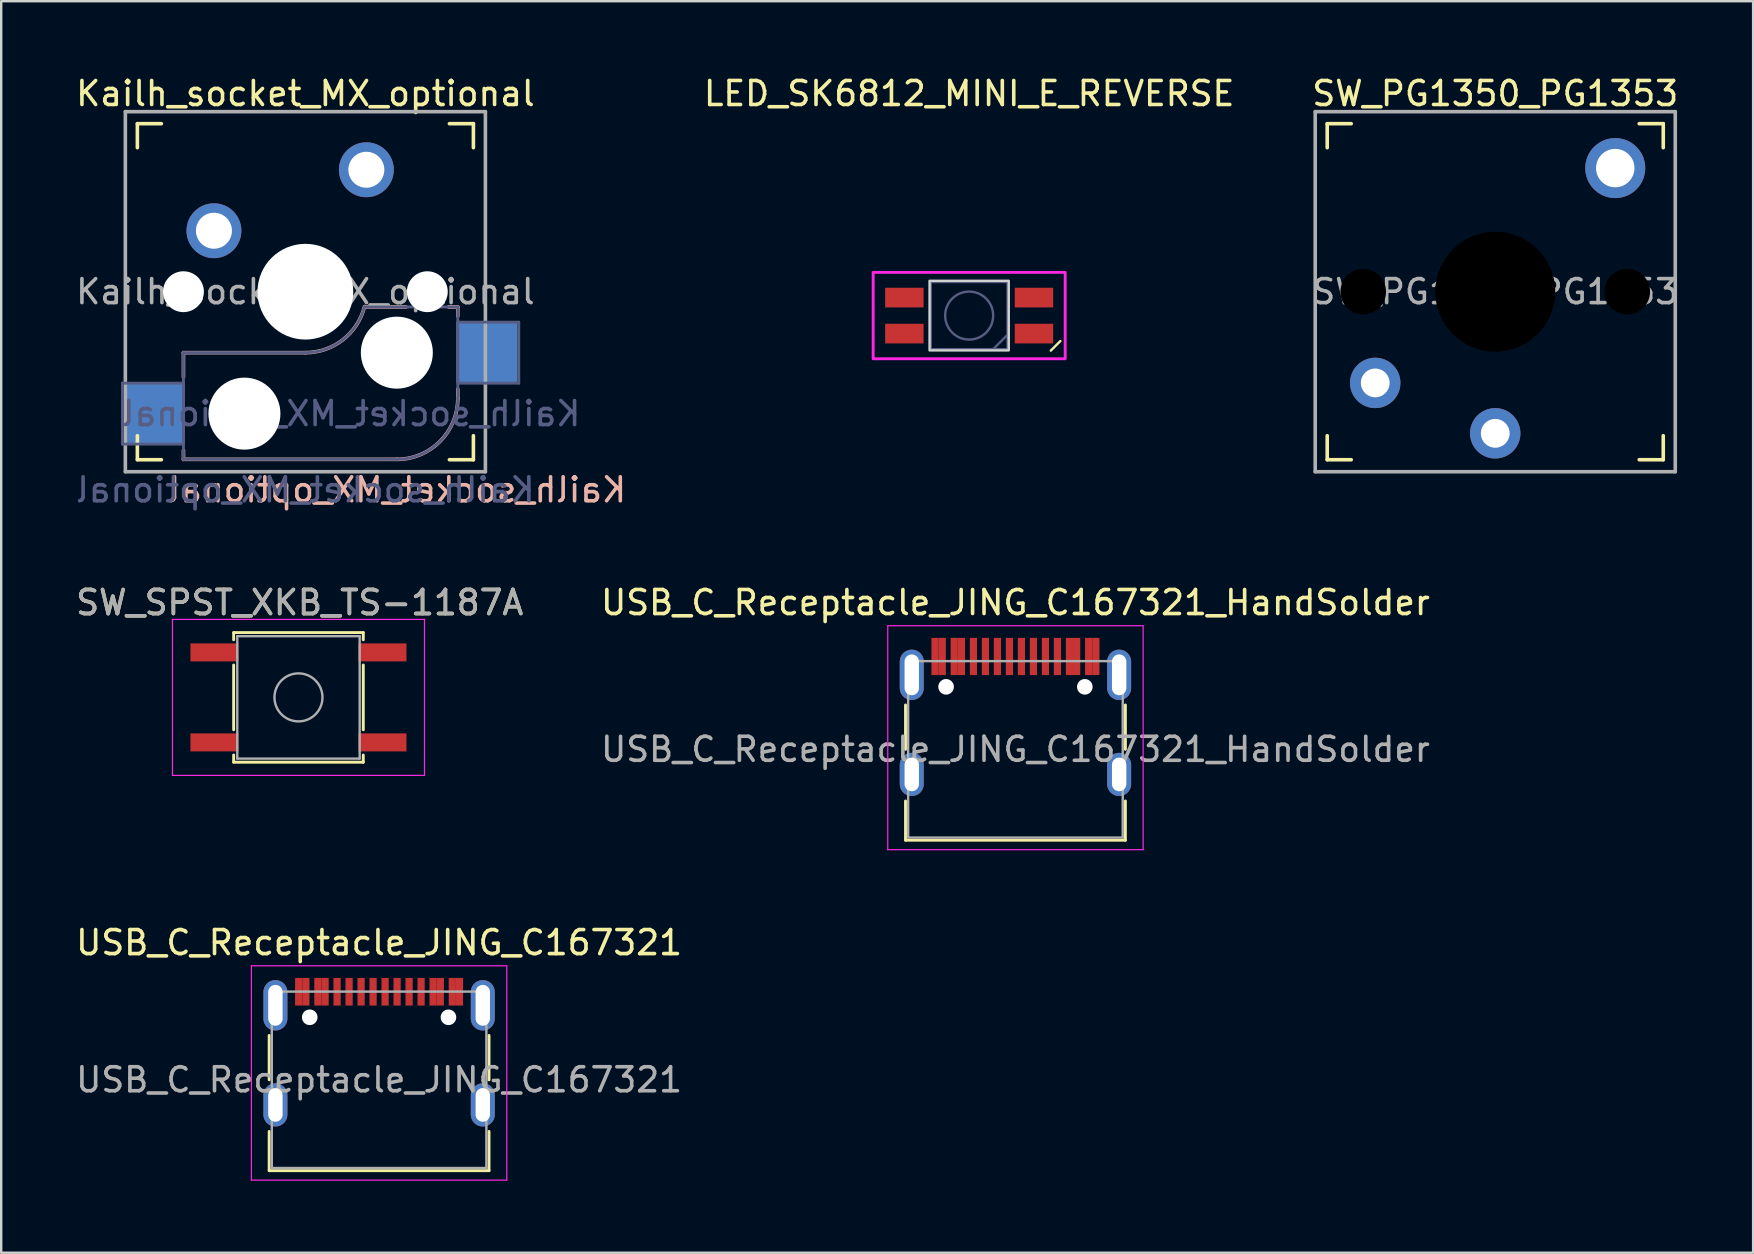
<source format=kicad_pcb>
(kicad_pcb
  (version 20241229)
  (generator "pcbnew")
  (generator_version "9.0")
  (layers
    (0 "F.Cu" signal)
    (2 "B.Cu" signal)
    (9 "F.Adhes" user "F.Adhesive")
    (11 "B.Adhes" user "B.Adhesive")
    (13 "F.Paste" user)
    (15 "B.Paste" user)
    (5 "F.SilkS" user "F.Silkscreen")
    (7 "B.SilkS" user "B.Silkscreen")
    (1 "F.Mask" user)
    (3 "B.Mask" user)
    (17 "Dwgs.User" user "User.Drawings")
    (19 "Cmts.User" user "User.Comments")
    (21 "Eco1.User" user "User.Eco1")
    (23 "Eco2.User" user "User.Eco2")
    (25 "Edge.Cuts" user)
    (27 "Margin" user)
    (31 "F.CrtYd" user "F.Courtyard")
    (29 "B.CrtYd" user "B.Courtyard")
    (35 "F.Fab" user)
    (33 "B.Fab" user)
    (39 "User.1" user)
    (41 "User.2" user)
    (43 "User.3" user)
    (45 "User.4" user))
  (footprint "USB_C_Receptacle_JING_C167321"
    (layer "F.Cu")
    (at 12.744 41.938)
    (property "Reference" "USB_C_Receptacle_JING_C167321" (at 0 -5.715 0) (layer "F.SilkS") (effects (font (size 1 1) (thickness 0.15))))
    (attr smd)
    (fp_line (start -4.58 -1.85) (end -4.58 0) (stroke (width 0.12) (type solid)) (layer "F.SilkS"))
    (fp_line (start -4.58 3.785) (end -4.58 2.15) (stroke (width 0.12) (type solid)) (layer "F.SilkS"))
    (fp_line (start 4.58 0) (end 4.58 -1.85) (stroke (width 0.12) (type solid)) (layer "F.SilkS"))
    (fp_line (start 4.58 2.15) (end 4.58 3.785) (stroke (width 0.12) (type solid)) (layer "F.SilkS"))
    (fp_line (start 4.58 3.785) (end -4.58 3.785) (stroke (width 0.12) (type solid)) (layer "F.SilkS"))
    (fp_line (start -5.32 -4.75) (end 5.32 -4.75) (stroke (width 0.05) (type solid)) (layer "F.CrtYd"))
    (fp_line (start -5.32 4.18) (end -5.32 -4.75) (stroke (width 0.05) (type solid)) (layer "F.CrtYd"))
    (fp_line (start 5.32 -4.75) (end 5.32 4.18) (stroke (width 0.05) (type solid)) (layer "F.CrtYd"))
    (fp_line (start 5.32 4.18) (end -5.32 4.18) (stroke (width 0.05) (type solid)) (layer "F.CrtYd"))
    (fp_line (start -4.47 -3.675) (end -4.47 3.675) (stroke (width 0.1) (type solid)) (layer "F.Fab"))
    (fp_line (start -4.47 -3.675) (end 4.47 -3.675) (stroke (width 0.1) (type solid)) (layer "F.Fab"))
    (fp_line (start -4.47 3.675) (end 4.47 3.675) (stroke (width 0.1) (type solid)) (layer "F.Fab"))
    (fp_line (start 4.47 3.675) (end 4.47 -3.675) (stroke (width 0.1) (type solid)) (layer "F.Fab"))
    (fp_text user "${REFERENCE}" (at 0 0 0) (layer "F.Fab") (effects (font (size 1 1) (thickness 0.15))))
    (pad "" np_thru_hole circle (at -2.89 -2.605) (size 0.65 0.65) (drill 0.65) (layers "*.Cu" "*.Mask"))
    (pad "" np_thru_hole circle (at 2.89 -2.605) (size 0.65 0.65) (drill 0.65) (layers "*.Cu" "*.Mask"))
    (pad "A1" smd rect (at -3.35 -3.67) (size 0.3 1.15) (layers "F.Cu" "F.Mask" "F.Paste"))
    (pad "A4" smd rect (at -2.55 -3.67) (size 0.3 1.15) (layers "F.Cu" "F.Mask" "F.Paste"))
    (pad "A5" smd rect (at -1.25 -3.67) (size 0.3 1.15) (layers "F.Cu" "F.Mask" "F.Paste"))
    (pad "A6" smd rect (at -0.25 -3.67) (size 0.3 1.15) (layers "F.Cu" "F.Mask" "F.Paste"))
    (pad "A7" smd rect (at 0.25 -3.67) (size 0.3 1.15) (layers "F.Cu" "F.Mask" "F.Paste"))
    (pad "A8" smd rect (at 1.25 -3.67) (size 0.3 1.15) (layers "F.Cu" "F.Mask" "F.Paste"))
    (pad "A9" smd rect (at 2.55 -3.67) (size 0.3 1.15) (layers "F.Cu" "F.Mask" "F.Paste"))
    (pad "A12" smd rect (at 3.35 -3.67) (size 0.3 1.15) (layers "F.Cu" "F.Mask" "F.Paste"))
    (pad "B1" smd rect (at 3.05 -3.67) (size 0.3 1.15) (layers "F.Cu" "F.Mask" "F.Paste"))
    (pad "B4" smd rect (at 2.25 -3.67) (size 0.3 1.15) (layers "F.Cu" "F.Mask" "F.Paste"))
    (pad "B5" smd rect (at 1.75 -3.67) (size 0.3 1.15) (layers "F.Cu" "F.Mask" "F.Paste"))
    (pad "B6" smd rect (at 0.75 -3.67) (size 0.3 1.15) (layers "F.Cu" "F.Mask" "F.Paste"))
    (pad "B7" smd rect (at -0.75 -3.67) (size 0.3 1.15) (layers "F.Cu" "F.Mask" "F.Paste"))
    (pad "B8" smd rect (at -1.75 -3.67) (size 0.3 1.15) (layers "F.Cu" "F.Mask" "F.Paste"))
    (pad "B9" smd rect (at -2.25 -3.67) (size 0.3 1.15) (layers "F.Cu" "F.Mask" "F.Paste"))
    (pad "B12" smd rect (at -3.05 -3.67) (size 0.3 1.15) (layers "F.Cu" "F.Mask" "F.Paste"))
    (pad "S1" thru_hole oval (at -4.32 -3.105) (size 1 2.1) (drill oval 0.6 1.7) (layers "*.Cu" "*.Mask"))
    (pad "S1" thru_hole oval (at -4.32 1.045) (size 1 1.8) (drill oval 0.6 1.4) (layers "*.Cu" "*.Mask"))
    (pad "S1" thru_hole oval (at 4.32 -3.105) (size 1 2.1) (drill oval 0.6 1.7) (layers "*.Cu" "*.Mask"))
    (pad "S1" thru_hole oval (at 4.32 1.045) (size 1 1.8) (drill oval 0.6 1.4) (layers "*.Cu" "*.Mask")))
  (footprint "SW_SPST_XKB_TS-1187A"
    (layer "F.Cu")
    (at 9.385 26.005)
    (property "Reference" "SW_SPST_XKB_TS-1187A" (at 0.05 -3.95 0) (layer "F.SilkS") (effects (font (size 1 1) (thickness 0.15))))
    (attr smd)
    (fp_line (start -2.7 -2.7) (end -2.7 -2.4) (stroke (width 0.12) (type solid)) (layer "F.SilkS"))
    (fp_line (start -2.7 -1.35) (end -2.7 1.35) (stroke (width 0.12) (type solid)) (layer "F.SilkS"))
    (fp_line (start -2.7 2.7) (end -2.7 2.4) (stroke (width 0.12) (type solid)) (layer "F.SilkS"))
    (fp_line (start -2.7 2.7) (end 2.7 2.7) (stroke (width 0.12) (type solid)) (layer "F.SilkS"))
    (fp_line (start 2.7 -2.7) (end -2.7 -2.7) (stroke (width 0.12) (type solid)) (layer "F.SilkS"))
    (fp_line (start 2.7 -2.7) (end 2.7 -2.4) (stroke (width 0.12) (type solid)) (layer "F.SilkS"))
    (fp_line (start 2.7 -1.35) (end 2.7 1.35) (stroke (width 0.12) (type solid)) (layer "F.SilkS"))
    (fp_line (start 2.7 2.4) (end 2.7 2.7) (stroke (width 0.12) (type solid)) (layer "F.SilkS"))
    (fp_line (start -5.25 -3.25) (end 5.25 -3.25) (stroke (width 0.05) (type solid)) (layer "F.CrtYd"))
    (fp_line (start -5.25 3.25) (end -5.25 -3.25) (stroke (width 0.05) (type solid)) (layer "F.CrtYd"))
    (fp_line (start 5.25 -3.25) (end 5.25 3.25) (stroke (width 0.05) (type solid)) (layer "F.CrtYd"))
    (fp_line (start 5.25 3.25) (end -5.25 3.25) (stroke (width 0.05) (type solid)) (layer "F.CrtYd"))
    (fp_line (start -2.55 -2.55) (end 2.55 -2.55) (stroke (width 0.1) (type solid)) (layer "F.Fab"))
    (fp_line (start -2.55 2.55) (end -2.55 -2.55) (stroke (width 0.1) (type solid)) (layer "F.Fab"))
    (fp_line (start 2.55 -2.55) (end 2.55 2.55) (stroke (width 0.1) (type solid)) (layer "F.Fab"))
    (fp_line (start 2.55 2.55) (end -2.55 2.55) (stroke (width 0.1) (type solid)) (layer "F.Fab"))
    (fp_circle (center 0 0) (end 1 0) (stroke (width 0.1) (type solid)) (fill no) (layer "F.Fab"))
    (fp_text user "${REFERENCE}" (at 0.05 -3.95 0) (layer "F.Fab") (effects (font (size 1 1) (thickness 0.15))))
    (pad "1" smd rect (at -3.5 -1.875) (size 2 0.75) (layers "F.Cu" "F.Mask" "F.Paste"))
    (pad "1" smd rect (at 3.5 -1.875) (size 2 0.75) (layers "F.Cu" "F.Mask" "F.Paste"))
    (pad "2" smd rect (at -3.5 1.875) (size 2 0.75) (layers "F.Cu" "F.Mask" "F.Paste"))
    (pad "2" smd rect (at 3.5 1.875) (size 2 0.75) (layers "F.Cu" "F.Mask" "F.Paste")))
  (footprint "USB_C_Receptacle_JING_C167321_HandSolder"
    (layer "F.Cu")
    (at 39.256 28.17)
    (property "Reference" "USB_C_Receptacle_JING_C167321_HandSolder" (at 0 -6.115 0) (layer "F.SilkS") (effects (font (size 1 1) (thickness 0.15))))
    (attr smd)
    (fp_line (start -4.58 -1.85) (end -4.58 0) (stroke (width 0.12) (type solid)) (layer "F.SilkS"))
    (fp_line (start -4.58 3.785) (end -4.58 2.15) (stroke (width 0.12) (type solid)) (layer "F.SilkS"))
    (fp_line (start 4.58 0) (end 4.58 -1.85) (stroke (width 0.12) (type solid)) (layer "F.SilkS"))
    (fp_line (start 4.58 2.15) (end 4.58 3.785) (stroke (width 0.12) (type solid)) (layer "F.SilkS"))
    (fp_line (start 4.58 3.785) (end -4.58 3.785) (stroke (width 0.12) (type solid)) (layer "F.SilkS"))
    (fp_line (start -5.32 -5.15) (end 5.32 -5.15) (stroke (width 0.05) (type solid)) (layer "F.CrtYd"))
    (fp_line (start -5.32 4.18) (end -5.32 -5.15) (stroke (width 0.05) (type solid)) (layer "F.CrtYd"))
    (fp_line (start 5.32 -5.15) (end 5.32 4.18) (stroke (width 0.05) (type solid)) (layer "F.CrtYd"))
    (fp_line (start 5.32 4.18) (end -5.32 4.18) (stroke (width 0.05) (type solid)) (layer "F.CrtYd"))
    (fp_line (start -4.47 -3.675) (end -4.47 3.675) (stroke (width 0.1) (type solid)) (layer "F.Fab"))
    (fp_line (start -4.47 -3.675) (end 4.47 -3.675) (stroke (width 0.1) (type solid)) (layer "F.Fab"))
    (fp_line (start -4.47 3.675) (end 4.47 3.675) (stroke (width 0.1) (type solid)) (layer "F.Fab"))
    (fp_line (start 4.47 3.675) (end 4.47 -3.675) (stroke (width 0.1) (type solid)) (layer "F.Fab"))
    (fp_text user "${REFERENCE}" (at 0 0 0) (layer "F.Fab") (effects (font (size 1 1) (thickness 0.15))))
    (pad "" np_thru_hole circle (at -2.89 -2.605) (size 0.65 0.65) (drill 0.65) (layers "*.Cu" "*.Mask"))
    (pad "" np_thru_hole circle (at 2.89 -2.605) (size 0.65 0.65) (drill 0.65) (layers "*.Cu" "*.Mask"))
    (pad "A1" smd rect (at -3.35 -3.87) (size 0.3 1.55) (layers "F.Cu" "F.Mask" "F.Paste"))
    (pad "A4" smd rect (at -2.55 -3.87) (size 0.3 1.55) (layers "F.Cu" "F.Mask" "F.Paste"))
    (pad "A5" smd rect (at -1.25 -3.87) (size 0.3 1.55) (layers "F.Cu" "F.Mask" "F.Paste"))
    (pad "A6" smd rect (at -0.25 -3.87) (size 0.3 1.55) (layers "F.Cu" "F.Mask" "F.Paste"))
    (pad "A7" smd rect (at 0.25 -3.87) (size 0.3 1.55) (layers "F.Cu" "F.Mask" "F.Paste"))
    (pad "A8" smd rect (at 1.25 -3.87) (size 0.3 1.55) (layers "F.Cu" "F.Mask" "F.Paste"))
    (pad "A9" smd rect (at 2.55 -3.87) (size 0.3 1.55) (layers "F.Cu" "F.Mask" "F.Paste"))
    (pad "A12" smd rect (at 3.35 -3.87) (size 0.3 1.55) (layers "F.Cu" "F.Mask" "F.Paste"))
    (pad "B1" smd rect (at 3.05 -3.87) (size 0.3 1.55) (layers "F.Cu" "F.Mask" "F.Paste"))
    (pad "B4" smd rect (at 2.25 -3.87) (size 0.3 1.55) (layers "F.Cu" "F.Mask" "F.Paste"))
    (pad "B5" smd rect (at 1.75 -3.87) (size 0.3 1.55) (layers "F.Cu" "F.Mask" "F.Paste"))
    (pad "B6" smd rect (at 0.75 -3.87) (size 0.3 1.55) (layers "F.Cu" "F.Mask" "F.Paste"))
    (pad "B7" smd rect (at -0.75 -3.87) (size 0.3 1.55) (layers "F.Cu" "F.Mask" "F.Paste"))
    (pad "B8" smd rect (at -1.75 -3.87) (size 0.3 1.55) (layers "F.Cu" "F.Mask" "F.Paste"))
    (pad "B9" smd rect (at -2.25 -3.87) (size 0.3 1.55) (layers "F.Cu" "F.Mask" "F.Paste"))
    (pad "B12" smd rect (at -3.05 -3.87) (size 0.3 1.55) (layers "F.Cu" "F.Mask" "F.Paste"))
    (pad "S1" thru_hole oval (at -4.32 -3.105) (size 1 2.1) (drill oval 0.6 1.7) (layers "*.Cu" "*.Mask"))
    (pad "S1" thru_hole oval (at -4.32 1.045) (size 1 1.8) (drill oval 0.6 1.4) (layers "*.Cu" "*.Mask"))
    (pad "S1" thru_hole oval (at 4.32 -3.105) (size 1 2.1) (drill oval 0.6 1.7) (layers "*.Cu" "*.Mask"))
    (pad "S1" thru_hole oval (at 4.32 1.045) (size 1 1.8) (drill oval 0.6 1.4) (layers "*.Cu" "*.Mask")))
  (footprint "SW_PG1350_PG1353"
    (layer "F.Cu")
    (at 59.245 9.103)
    (property "Reference" "SW_PG1350_PG1353" (at 0 -8.255 0) (layer "F.SilkS") (effects (font (size 1 1) (thickness 0.15))))
    (attr through_hole)
    (fp_line (start -7 -6) (end -7 -7) (stroke (width 0.15) (type solid)) (layer "F.SilkS"))
    (fp_line (start -7 7) (end -7 6) (stroke (width 0.15) (type solid)) (layer "F.SilkS"))
    (fp_line (start -7 7) (end -6 7) (stroke (width 0.15) (type solid)) (layer "F.SilkS"))
    (fp_line (start -6 -7) (end -7 -7) (stroke (width 0.15) (type solid)) (layer "F.SilkS"))
    (fp_line (start 6 7) (end 7 7) (stroke (width 0.15) (type solid)) (layer "F.SilkS"))
    (fp_line (start 7 -7) (end 6 -7) (stroke (width 0.15) (type solid)) (layer "F.SilkS"))
    (fp_line (start 7 -7) (end 7 -6) (stroke (width 0.15) (type solid)) (layer "F.SilkS"))
    (fp_line (start 7 6) (end 7 7) (stroke (width 0.15) (type solid)) (layer "F.SilkS"))
    (fp_line (start -6.9 6.9) (end -6.9 -6.9) (stroke (width 0.15) (type solid)) (layer "Eco2.User"))
    (fp_line (start -6.9 6.9) (end 6.9 6.9) (stroke (width 0.15) (type solid)) (layer "Eco2.User"))
    (fp_line (start -2.6 -3.5) (end -2.6 -6.3) (stroke (width 0.15) (type solid)) (layer "Eco2.User"))
    (fp_line (start -2.6 -3.5) (end 2.6 -3.5) (stroke (width 0.15) (type solid)) (layer "Eco2.User"))
    (fp_line (start 2.6 -6.3) (end -2.6 -6.3) (stroke (width 0.15) (type solid)) (layer "Eco2.User"))
    (fp_line (start 2.6 -3.5) (end 2.6 -6.3) (stroke (width 0.15) (type solid)) (layer "Eco2.User"))
    (fp_line (start 6.9 -6.9) (end -6.9 -6.9) (stroke (width 0.15) (type solid)) (layer "Eco2.User"))
    (fp_line (start 6.9 -6.9) (end 6.9 6.9) (stroke (width 0.15) (type solid)) (layer "Eco2.User"))
    (fp_line (start -7.5 -7.5) (end 7.5 -7.5) (stroke (width 0.15) (type solid)) (layer "F.Fab"))
    (fp_line (start -7.5 7.5) (end -7.5 -7.5) (stroke (width 0.15) (type solid)) (layer "F.Fab"))
    (fp_line (start 7.5 -7.5) (end 7.5 7.5) (stroke (width 0.15) (type solid)) (layer "F.Fab"))
    (fp_line (start 7.5 7.5) (end -7.5 7.5) (stroke (width 0.15) (type solid)) (layer "F.Fab"))
    (fp_text user "${REFERENCE}" (at 0 0 0) (layer "F.Fab") (effects (font (size 1 1) (thickness 0.15))))
    (pad "" np_thru_hole circle (at -5.5 0) (size 1.9 1.9) (drill 1.9) (layers "*.Mask"))
    (pad "" np_thru_hole circle (at 0 0) (size 5 5) (drill 5) (layers "*.Mask"))
    (pad "" thru_hole circle (at 5 -5.15) (size 2.5 2.5) (drill 1.6) (layers "*.Cu" "*.Mask"))
    (pad "" np_thru_hole circle (at 5.5 0) (size 1.9 1.9) (drill 1.9) (layers "*.Mask"))
    (pad "1" thru_hole circle (at 0 5.9) (size 2.1 2.1) (drill 1.2) (layers "*.Cu" "*.Mask"))
    (pad "2" thru_hole circle (at -5 3.8) (size 2.1 2.1) (drill 1.2) (layers "*.Cu" "*.Mask")))
  (footprint "Kailh_socket_MX_optional"
    (layer "F.Cu")
    (at 9.673 9.103)
    (property "Reference" "Kailh_socket_MX_optional" (at 0 -8.255 0) (layer "F.SilkS") (effects (font (size 1 1) (thickness 0.15))))
    (property "Value" "Kailh_socket_MX_optional" (at 0 8.255 0) (layer "F.Fab") (hide yes) (effects (font (size 1 1) (thickness 0.15))))
    (attr through_hole)
    (fp_line (start -7 -6) (end -7 -7) (stroke (width 0.15) (type solid)) (layer "F.SilkS"))
    (fp_line (start -7 7) (end -7 6) (stroke (width 0.15) (type solid)) (layer "F.SilkS"))
    (fp_line (start -7 7) (end -6 7) (stroke (width 0.15) (type solid)) (layer "F.SilkS"))
    (fp_line (start -6 -7) (end -7 -7) (stroke (width 0.15) (type solid)) (layer "F.SilkS"))
    (fp_line (start 6 7) (end 7 7) (stroke (width 0.15) (type solid)) (layer "F.SilkS"))
    (fp_line (start 7 -7) (end 6 -7) (stroke (width 0.15) (type solid)) (layer "F.SilkS"))
    (fp_line (start 7 -7) (end 7 -6) (stroke (width 0.15) (type solid)) (layer "F.SilkS"))
    (fp_line (start 7 6) (end 7 7) (stroke (width 0.15) (type solid)) (layer "F.SilkS"))
    (fp_line (start -5.08 2.54) (end -5.08 3.556) (stroke (width 0.15) (type solid)) (layer "B.SilkS"))
    (fp_line (start -5.08 6.604) (end -5.08 6.985) (stroke (width 0.15) (type solid)) (layer "B.SilkS"))
    (fp_line (start -5.08 6.985) (end 3.81 6.985) (stroke (width 0.15) (type solid)) (layer "B.SilkS"))
    (fp_line (start 0 2.54) (end -5.08 2.54) (stroke (width 0.15) (type solid)) (layer "B.SilkS"))
    (fp_line (start 4.191 0.635) (end 2.54 0.635) (stroke (width 0.15) (type solid)) (layer "B.SilkS"))
    (fp_line (start 6.35 0.635) (end 5.969 0.635) (stroke (width 0.15) (type solid)) (layer "B.SilkS"))
    (fp_line (start 6.35 1.016) (end 6.35 0.635) (stroke (width 0.15) (type solid)) (layer "B.SilkS"))
    (fp_line (start 6.35 4.445) (end 6.35 4.064) (stroke (width 0.15) (type solid)) (layer "B.SilkS"))
    (fp_arc (start 2.464162 0.61604) (mid 1.563147 2.002042) (end 0 2.54) (stroke (width 0.15) (type solid)) (layer "B.SilkS"))
    (fp_arc (start 6.35 4.445) (mid 5.606051 6.241051) (end 3.81 6.985) (stroke (width 0.15) (type solid)) (layer "B.SilkS"))
    (fp_line (start -6.9 6.9) (end -6.9 -6.9) (stroke (width 0.15) (type solid)) (layer "Eco2.User"))
    (fp_line (start -6.9 6.9) (end 6.9 6.9) (stroke (width 0.15) (type solid)) (layer "Eco2.User"))
    (fp_line (start 6.9 -6.9) (end -6.9 -6.9) (stroke (width 0.15) (type solid)) (layer "Eco2.User"))
    (fp_line (start 6.9 -6.9) (end 6.9 6.9) (stroke (width 0.15) (type solid)) (layer "Eco2.User"))
    (fp_line (start -7.62 3.81) (end -7.62 6.35) (stroke (width 0.12) (type solid)) (layer "B.Fab"))
    (fp_line (start -7.62 6.35) (end -5.08 6.35) (stroke (width 0.12) (type solid)) (layer "B.Fab"))
    (fp_line (start -5.08 2.54) (end -5.08 6.985) (stroke (width 0.12) (type solid)) (layer "B.Fab"))
    (fp_line (start -5.08 3.81) (end -7.62 3.81) (stroke (width 0.12) (type solid)) (layer "B.Fab"))
    (fp_line (start -5.08 6.985) (end 3.81 6.985) (stroke (width 0.12) (type solid)) (layer "B.Fab"))
    (fp_line (start 0 2.54) (end -5.08 2.54) (stroke (width 0.12) (type solid)) (layer "B.Fab"))
    (fp_line (start 6.35 0.635) (end 2.54 0.635) (stroke (width 0.12) (type solid)) (layer "B.Fab"))
    (fp_line (start 6.35 3.81) (end 8.89 3.81) (stroke (width 0.12) (type solid)) (layer "B.Fab"))
    (fp_line (start 6.35 4.445) (end 6.35 0.635) (stroke (width 0.12) (type solid)) (layer "B.Fab"))
    (fp_line (start 8.89 1.27) (end 6.35 1.27) (stroke (width 0.12) (type solid)) (layer "B.Fab"))
    (fp_line (start 8.89 3.81) (end 8.89 1.27) (stroke (width 0.12) (type solid)) (layer "B.Fab"))
    (fp_arc (start 2.464162 0.61604) (mid 1.563147 2.002042) (end 0 2.54) (stroke (width 0.12) (type solid)) (layer "B.Fab"))
    (fp_arc (start 6.35 4.445) (mid 5.606051 6.241051) (end 3.81 6.985) (stroke (width 0.12) (type solid)) (layer "B.Fab"))
    (fp_line (start -7.5 -7.5) (end 7.5 -7.5) (stroke (width 0.15) (type solid)) (layer "F.Fab"))
    (fp_line (start -7.5 7.5) (end -7.5 -7.5) (stroke (width 0.15) (type solid)) (layer "F.Fab"))
    (fp_line (start 7.5 -7.5) (end 7.5 7.5) (stroke (width 0.15) (type solid)) (layer "F.Fab"))
    (fp_line (start 7.5 7.5) (end -7.5 7.5) (stroke (width 0.15) (type solid)) (layer "F.Fab"))
    (fp_text user "${REFERENCE}" (at 3.81 8.255 0) (layer "B.SilkS") (effects (font (size 1 1) (thickness 0.15)) (justify mirror)))
    (fp_text user "${REFERENCE}" (at 1.905 5.08 0) (layer "B.Fab") (effects (font (size 1 1) (thickness 0.15)) (justify mirror)))
    (fp_text user "${VALUE}" (at 0 8.255 0) (layer "B.Fab") (effects (font (size 1 1) (thickness 0.15)) (justify mirror)))
    (fp_text user "${REFERENCE}" (at 0 0 0) (layer "F.Fab") (effects (font (size 1 1) (thickness 0.15))))
    (pad "" np_thru_hole circle (at -5.08 0) (size 1.702 1.702) (drill 1.702) (layers "*.Cu" "*.Mask"))
    (pad "" np_thru_hole circle (at -2.54 5.08) (size 3 3) (drill 3) (layers "*.Cu" "*.Mask"))
    (pad "" np_thru_hole circle (at 0 0) (size 3.988 3.988) (drill 3.988) (layers "*.Cu" "*.Mask"))
    (pad "" np_thru_hole circle (at 3.81 2.54) (size 3 3) (drill 3) (layers "*.Cu" "*.Mask"))
    (pad "" np_thru_hole circle (at 5.08 0) (size 1.702 1.702) (drill 1.702) (layers "*.Cu" "*.Mask"))
    (pad "1" thru_hole circle (at 2.54 -5.08) (size 2.286 2.286) (drill 1.499) (layers "*.Cu" "*.Mask"))
    (pad "1" smd rect (at 7.56 2.54) (size 2.55 2.5) (layers "B.Cu" "B.Mask" "B.Paste"))
    (pad "2" smd rect (at -6.29 5.08) (size 2.55 2.5) (layers "B.Cu" "B.Mask" "B.Paste"))
    (pad "2" thru_hole circle (at -3.81 -2.54) (size 2.286 2.286) (drill 1.499) (layers "*.Cu" "*.Mask")))
  (footprint "LED_SK6812_MINI_E_REVERSE"
    (layer "F.Cu")
    (at 37.328 10.098)
    (property "Reference" "LED_SK6812_MINI_E_REVERSE" (at 0 -9.25 0) (unlocked yes) (layer "F.SilkS") (effects (font (size 1 1) (thickness 0.15))))
    (fp_line (start 3.4 1.46) (end 3.8 1.06) (stroke (width 0.1) (type solid)) (layer "F.SilkS"))
    (fp_rect (start -1.65 -1.45) (end 1.65 1.45) (stroke (width 0.1) (type solid)) (fill no) (layer "Edge.Cuts"))
    (fp_rect (start -4 -1.8) (end 4 1.8) (stroke (width 0.12) (type solid)) (fill no) (layer "F.CrtYd"))
    (fp_line (start 1 1.4) (end 1.6 0.8) (stroke (width 0.1) (type solid)) (layer "B.Fab"))
    (fp_rect (start -1.6 -1.4) (end 1.6 1.4) (stroke (width 0.1) (type solid)) (fill no) (layer "B.Fab"))
    (fp_circle (center 0 0) (end 1 0) (stroke (width 0.1) (type solid)) (fill no) (layer "B.Fab"))
    (pad "1" smd rect (at 2.7 -0.75) (size 1.6 0.82) (layers "F.Cu" "F.Mask" "F.Paste"))
    (pad "2" smd rect (at 2.7 0.75) (size 1.6 0.82) (layers "F.Cu" "F.Mask" "F.Paste"))
    (pad "3" smd rect (at -2.7 0.75) (size 1.6 0.82) (layers "F.Cu" "F.Mask" "F.Paste"))
    (pad "4" smd rect (at -2.7 -0.75) (size 1.6 0.82) (layers "F.Cu" "F.Mask" "F.Paste")))
  (gr_rect
    (start -3 -3)
    (end 69.989 49.143)
    (stroke (width 0.1) (type default))
    (fill no)
    (layer "Edge.Cuts")))
</source>
